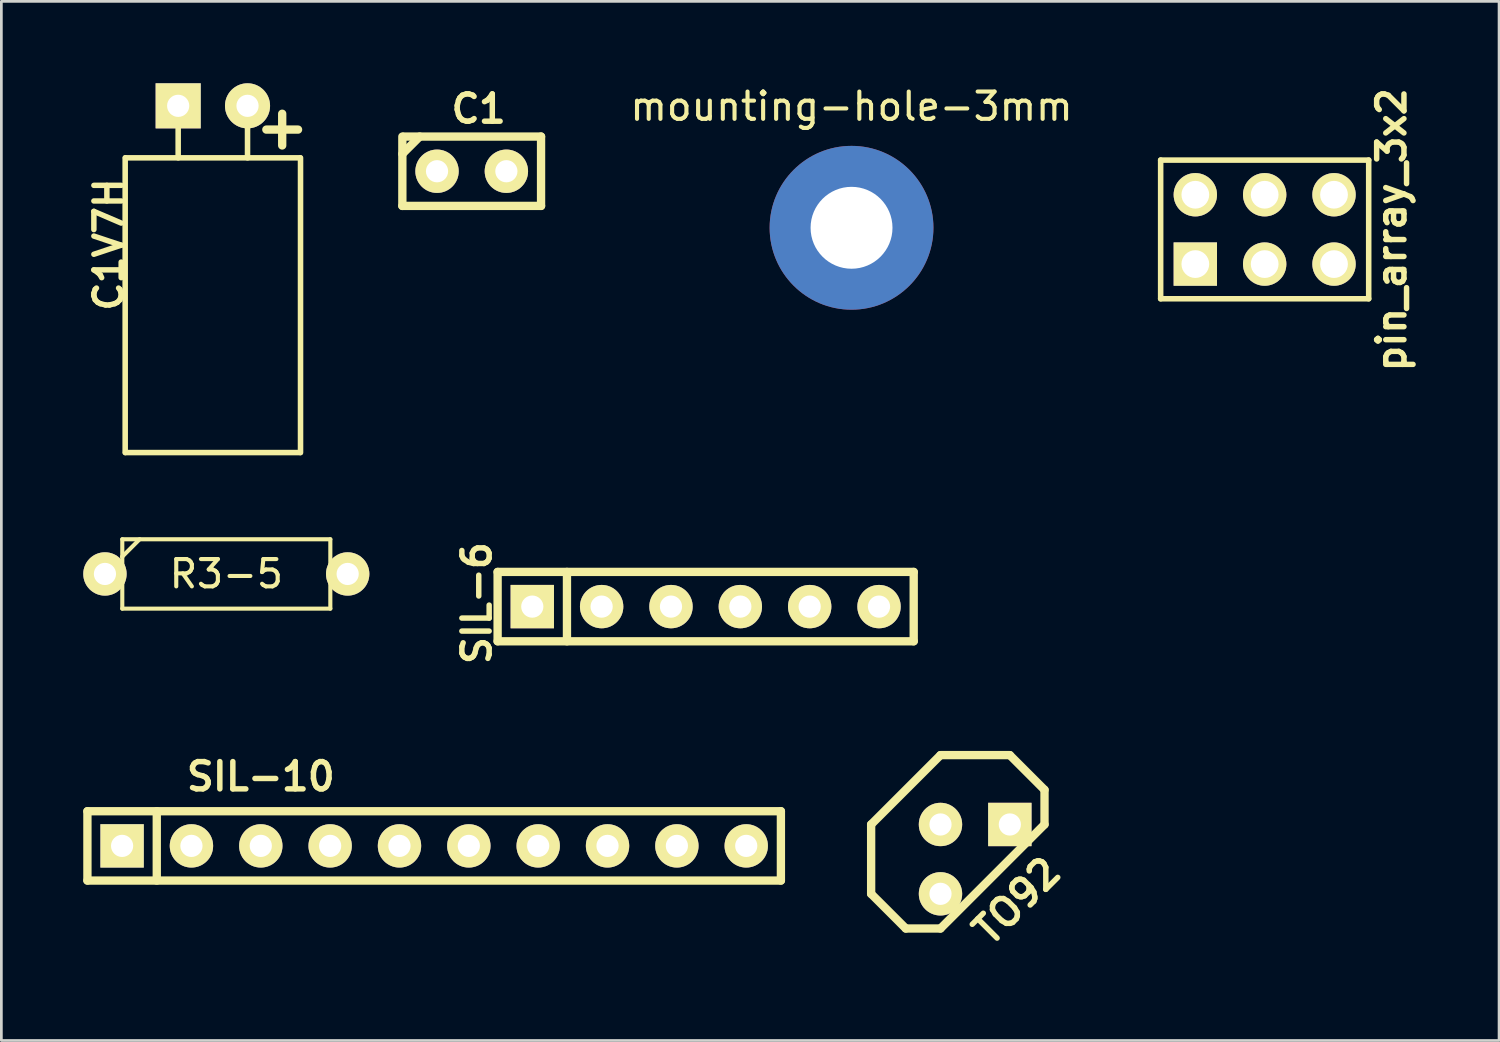
<source format=kicad_pcb>
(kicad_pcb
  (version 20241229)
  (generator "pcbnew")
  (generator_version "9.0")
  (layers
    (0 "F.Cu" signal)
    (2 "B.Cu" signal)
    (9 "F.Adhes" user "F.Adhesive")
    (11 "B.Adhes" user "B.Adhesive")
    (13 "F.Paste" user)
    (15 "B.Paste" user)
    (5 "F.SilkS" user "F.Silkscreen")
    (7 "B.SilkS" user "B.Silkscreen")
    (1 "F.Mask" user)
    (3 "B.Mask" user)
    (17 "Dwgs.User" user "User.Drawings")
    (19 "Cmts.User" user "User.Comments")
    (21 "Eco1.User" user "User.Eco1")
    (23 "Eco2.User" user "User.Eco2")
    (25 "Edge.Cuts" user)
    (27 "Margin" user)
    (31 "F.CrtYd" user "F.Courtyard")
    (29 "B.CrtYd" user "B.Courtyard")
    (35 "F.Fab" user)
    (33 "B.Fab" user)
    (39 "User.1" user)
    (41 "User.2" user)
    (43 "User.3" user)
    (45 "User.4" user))
  (footprint "TO92"
    (layer "F.Cu")
    (at 32.667 28.418)
    (property "Reference" "TO92" (at 1.527 1.527 45) (layer "F.SilkS") (effects (font (size 1 1) (thickness 0.2))))
    (attr through_hole)
    (fp_line (start -3.81 -1.27) (end -3.81 1.27) (stroke (width 0.305) (type solid)) (layer "F.SilkS"))
    (fp_line (start -3.81 1.27) (end -2.54 2.54) (stroke (width 0.305) (type solid)) (layer "F.SilkS"))
    (fp_line (start -2.54 2.54) (end -1.27 2.54) (stroke (width 0.305) (type solid)) (layer "F.SilkS"))
    (fp_line (start -1.27 -3.81) (end -3.81 -1.27) (stroke (width 0.305) (type solid)) (layer "F.SilkS"))
    (fp_line (start -1.27 2.54) (end 2.54 -1.27) (stroke (width 0.305) (type solid)) (layer "F.SilkS"))
    (fp_line (start 1.27 -3.81) (end -1.27 -3.81) (stroke (width 0.305) (type solid)) (layer "F.SilkS"))
    (fp_line (start 2.54 -2.54) (end 1.27 -3.81) (stroke (width 0.305) (type solid)) (layer "F.SilkS"))
    (fp_line (start 2.54 -1.27) (end 2.54 -2.54) (stroke (width 0.305) (type solid)) (layer "F.SilkS"))
    (pad "1" thru_hole rect (at 1.27 -1.27) (size 1.588 1.588) (drill 0.813) (layers "*.Cu" "*.Mask" "F.SilkS"))
    (pad "2" thru_hole circle (at -1.27 -1.27) (size 1.588 1.588) (drill 0.813) (layers "*.Cu" "*.Mask" "F.SilkS"))
    (pad "3" thru_hole circle (at -1.27 1.27) (size 1.588 1.588) (drill 0.813) (layers "*.Cu" "*.Mask" "F.SilkS")))
  (footprint "C1"
    (layer "F.Cu")
    (at 14.227 3.222)
    (property "Reference" "C1" (at 0.254 -2.286 0) (layer "F.SilkS") (effects (font (size 1 1) (thickness 0.2))))
    (attr through_hole)
    (fp_line (start -2.54 -0.635) (end -1.905 -1.27) (stroke (width 0.305) (type solid)) (layer "F.SilkS"))
    (fp_line (start -2.54 1.27) (end -2.54 -1.27) (stroke (width 0.305) (type solid)) (layer "F.SilkS"))
    (fp_line (start -2.489 -1.27) (end 2.54 -1.27) (stroke (width 0.305) (type solid)) (layer "F.SilkS"))
    (fp_line (start 2.54 -1.27) (end 2.54 1.27) (stroke (width 0.305) (type solid)) (layer "F.SilkS"))
    (fp_line (start 2.54 1.27) (end -2.54 1.27) (stroke (width 0.305) (type solid)) (layer "F.SilkS"))
    (pad "1" thru_hole circle (at -1.27 0) (size 1.588 1.588) (drill 0.813) (layers "*.Cu" "*.Mask" "F.SilkS"))
    (pad "2" thru_hole circle (at 1.27 0) (size 1.588 1.588) (drill 0.813) (layers "*.Cu" "*.Mask" "F.SilkS")))
  (footprint "R3-5"
    (layer "F.Cu")
    (at 5.239 17.972)
    (property "Reference" "R3-5" (at 0 0 0) (layer "F.SilkS") (effects (font (size 1 1) (thickness 0.15))))
    (attr through_hole)
    (fp_line (start -4.445 0) (end -3.81 0) (stroke (width 0.15) (type solid)) (layer "F.SilkS"))
    (fp_line (start -3.81 -1.27) (end -3.81 -0.635) (stroke (width 0.15) (type solid)) (layer "F.SilkS"))
    (fp_line (start -3.81 -0.635) (end -3.81 1.27) (stroke (width 0.15) (type solid)) (layer "F.SilkS"))
    (fp_line (start -3.81 -0.635) (end -3.175 -1.27) (stroke (width 0.15) (type solid)) (layer "F.SilkS"))
    (fp_line (start -3.81 1.27) (end 3.81 1.27) (stroke (width 0.15) (type solid)) (layer "F.SilkS"))
    (fp_line (start 3.81 -1.27) (end -3.81 -1.27) (stroke (width 0.15) (type solid)) (layer "F.SilkS"))
    (fp_line (start 3.81 0) (end 4.445 0) (stroke (width 0.15) (type solid)) (layer "F.SilkS"))
    (fp_line (start 3.81 1.27) (end 3.81 -1.27) (stroke (width 0.15) (type solid)) (layer "F.SilkS"))
    (pad "1" thru_hole circle (at -4.445 0) (size 1.588 1.588) (drill 0.813) (layers "*.Cu" "*.Mask" "F.SilkS"))
    (pad "2" thru_hole circle (at 4.445 0) (size 1.588 1.588) (drill 0.813) (layers "*.Cu" "*.Mask" "F.SilkS")))
  (footprint "mounting-hole-3mm"
    (layer "F.Cu")
    (at 28.139 5.293)
    (property "Reference" "mounting-hole-3mm" (at 0 -4.445 0) (layer "F.SilkS") (effects (font (size 1 1) (thickness 0.15))))
    (attr through_hole)
    (pad "" thru_hole circle (at 0 0) (size 6 6) (drill 3) (layers "*.Cu" "*.Mask")))
  (footprint "SIL-6"
    (layer "F.Cu")
    (at 22.796 19.168)
    (property "Reference" "SIL-6" (at -8.382 -0.127 90) (layer "F.SilkS") (effects (font (size 1 1) (thickness 0.2))))
    (attr through_hole)
    (fp_line (start -7.62 -1.27) (end 7.62 -1.27) (stroke (width 0.305) (type solid)) (layer "F.SilkS"))
    (fp_line (start -7.62 1.27) (end -7.62 -1.27) (stroke (width 0.305) (type solid)) (layer "F.SilkS"))
    (fp_line (start -5.08 1.27) (end -5.08 -1.27) (stroke (width 0.305) (type solid)) (layer "F.SilkS"))
    (fp_line (start 7.62 -1.27) (end 7.62 1.27) (stroke (width 0.305) (type solid)) (layer "F.SilkS"))
    (fp_line (start 7.62 1.27) (end -7.62 1.27) (stroke (width 0.305) (type solid)) (layer "F.SilkS"))
    (pad "1" thru_hole rect (at -6.35 0) (size 1.588 1.588) (drill 0.813) (layers "*.Cu" "*.Mask" "F.SilkS"))
    (pad "2" thru_hole circle (at -3.81 0) (size 1.588 1.588) (drill 0.813) (layers "*.Cu" "*.Mask" "F.SilkS"))
    (pad "3" thru_hole circle (at -1.27 0) (size 1.588 1.588) (drill 0.813) (layers "*.Cu" "*.Mask" "F.SilkS"))
    (pad "4" thru_hole circle (at 1.27 0) (size 1.588 1.588) (drill 0.813) (layers "*.Cu" "*.Mask" "F.SilkS"))
    (pad "5" thru_hole circle (at 3.81 0) (size 1.588 1.588) (drill 0.813) (layers "*.Cu" "*.Mask" "F.SilkS"))
    (pad "6" thru_hole circle (at 6.35 0) (size 1.588 1.588) (drill 0.813) (layers "*.Cu" "*.Mask" "F.SilkS")))
  (footprint "SIL-10"
    (layer "F.Cu")
    (at 12.852 27.932)
    (property "Reference" "SIL-10" (at -6.35 -2.54 0) (layer "F.SilkS") (effects (font (size 1 1) (thickness 0.2))))
    (attr through_hole)
    (fp_line (start -12.7 -1.27) (end 12.7 -1.27) (stroke (width 0.305) (type solid)) (layer "F.SilkS"))
    (fp_line (start -12.7 1.27) (end -12.7 -1.27) (stroke (width 0.305) (type solid)) (layer "F.SilkS"))
    (fp_line (start -10.16 1.27) (end -10.16 -1.27) (stroke (width 0.305) (type solid)) (layer "F.SilkS"))
    (fp_line (start 12.7 -1.27) (end 12.7 1.27) (stroke (width 0.305) (type solid)) (layer "F.SilkS"))
    (fp_line (start 12.7 1.27) (end -12.7 1.27) (stroke (width 0.305) (type solid)) (layer "F.SilkS"))
    (pad "1" thru_hole rect (at -11.43 0) (size 1.588 1.588) (drill 0.813) (layers "*.Cu" "*.Mask" "F.SilkS"))
    (pad "2" thru_hole circle (at -8.89 0) (size 1.588 1.588) (drill 0.813) (layers "*.Cu" "*.Mask" "F.SilkS"))
    (pad "3" thru_hole circle (at -6.35 0) (size 1.588 1.588) (drill 0.813) (layers "*.Cu" "*.Mask" "F.SilkS"))
    (pad "4" thru_hole circle (at -3.81 0) (size 1.588 1.588) (drill 0.813) (layers "*.Cu" "*.Mask" "F.SilkS"))
    (pad "5" thru_hole circle (at -1.27 0) (size 1.588 1.588) (drill 0.813) (layers "*.Cu" "*.Mask" "F.SilkS"))
    (pad "6" thru_hole circle (at 1.27 0) (size 1.588 1.588) (drill 0.813) (layers "*.Cu" "*.Mask" "F.SilkS"))
    (pad "7" thru_hole circle (at 3.81 0) (size 1.588 1.588) (drill 0.813) (layers "*.Cu" "*.Mask" "F.SilkS"))
    (pad "8" thru_hole circle (at 6.35 0) (size 1.588 1.588) (drill 0.813) (layers "*.Cu" "*.Mask" "F.SilkS"))
    (pad "9" thru_hole circle (at 8.89 0) (size 1.588 1.588) (drill 0.813) (layers "*.Cu" "*.Mask" "F.SilkS"))
    (pad "10" thru_hole circle (at 11.43 0) (size 1.588 1.588) (drill 0.813) (layers "*.Cu" "*.Mask" "F.SilkS")))
  (footprint "C1V7H"
    (layer "F.Cu")
    (at 4.746 0.826)
    (property "Reference" "C1V7H" (at -3.81 5.08 90) (layer "F.SilkS") (effects (font (size 1 1) (thickness 0.2))))
    (attr through_hole)
    (fp_line (start -3.211 1.905) (end -3.211 12.7) (stroke (width 0.203) (type solid)) (layer "F.SilkS"))
    (fp_line (start -3.2 12.7) (end 3.2 12.7) (stroke (width 0.203) (type solid)) (layer "F.SilkS"))
    (fp_line (start -1.27 0) (end -1.27 1.905) (stroke (width 0.203) (type solid)) (layer "F.SilkS"))
    (fp_line (start 1.27 0) (end 1.27 1.905) (stroke (width 0.203) (type solid)) (layer "F.SilkS"))
    (fp_line (start 3.2 1.905) (end -3.2 1.905) (stroke (width 0.203) (type solid)) (layer "F.SilkS"))
    (fp_line (start 3.211 12.7) (end 3.211 1.905) (stroke (width 0.203) (type solid)) (layer "F.SilkS"))
    (fp_text user "+" (at 2.54 0.762 0) (layer "F.SilkS") (effects (font (size 1.524 1.524) (thickness 0.305))))
    (pad "1" thru_hole circle (at 1.27 0) (size 1.651 1.651) (drill 0.813) (layers "*.Cu" "*.Mask" "F.SilkS"))
    (pad "2" thru_hole rect (at -1.27 0) (size 1.651 1.651) (drill 0.813) (layers "*.Cu" "*.Mask" "F.SilkS")))
  (footprint "pin_array_3x2"
    (layer "F.Cu")
    (at 43.271 5.353)
    (property "Reference" "pin_array_3x2" (at 4.649 0.014 90) (layer "F.SilkS") (effects (font (size 1 1) (thickness 0.2))))
    (attr through_hole)
    (fp_line (start -3.81 -2.54) (end 3.81 -2.54) (stroke (width 0.203) (type solid)) (layer "F.SilkS"))
    (fp_line (start -3.81 2.54) (end -3.81 -2.54) (stroke (width 0.203) (type solid)) (layer "F.SilkS"))
    (fp_line (start 3.81 -2.54) (end 3.81 2.54) (stroke (width 0.203) (type solid)) (layer "F.SilkS"))
    (fp_line (start 3.81 2.54) (end -3.81 2.54) (stroke (width 0.203) (type solid)) (layer "F.SilkS"))
    (pad "1" thru_hole rect (at -2.54 1.27) (size 1.588 1.588) (drill 1.016) (layers "*.Cu" "*.Mask" "F.SilkS"))
    (pad "2" thru_hole circle (at -2.54 -1.27) (size 1.588 1.588) (drill 1.016) (layers "*.Cu" "*.Mask" "F.SilkS"))
    (pad "3" thru_hole circle (at 0 1.27) (size 1.588 1.588) (drill 1.016) (layers "*.Cu" "*.Mask" "F.SilkS"))
    (pad "4" thru_hole circle (at 0 -1.27) (size 1.588 1.588) (drill 1.016) (layers "*.Cu" "*.Mask" "F.SilkS"))
    (pad "5" thru_hole circle (at 2.54 1.27) (size 1.588 1.588) (drill 1.016) (layers "*.Cu" "*.Mask" "F.SilkS"))
    (pad "6" thru_hole circle (at 2.54 -1.27) (size 1.588 1.588) (drill 1.016) (layers "*.Cu" "*.Mask" "F.SilkS")))
  (gr_rect
    (start -3 -3)
    (end 51.856 35.061)
    (stroke (width 0.1) (type default))
    (fill no)
    (layer "Edge.Cuts")))
</source>
